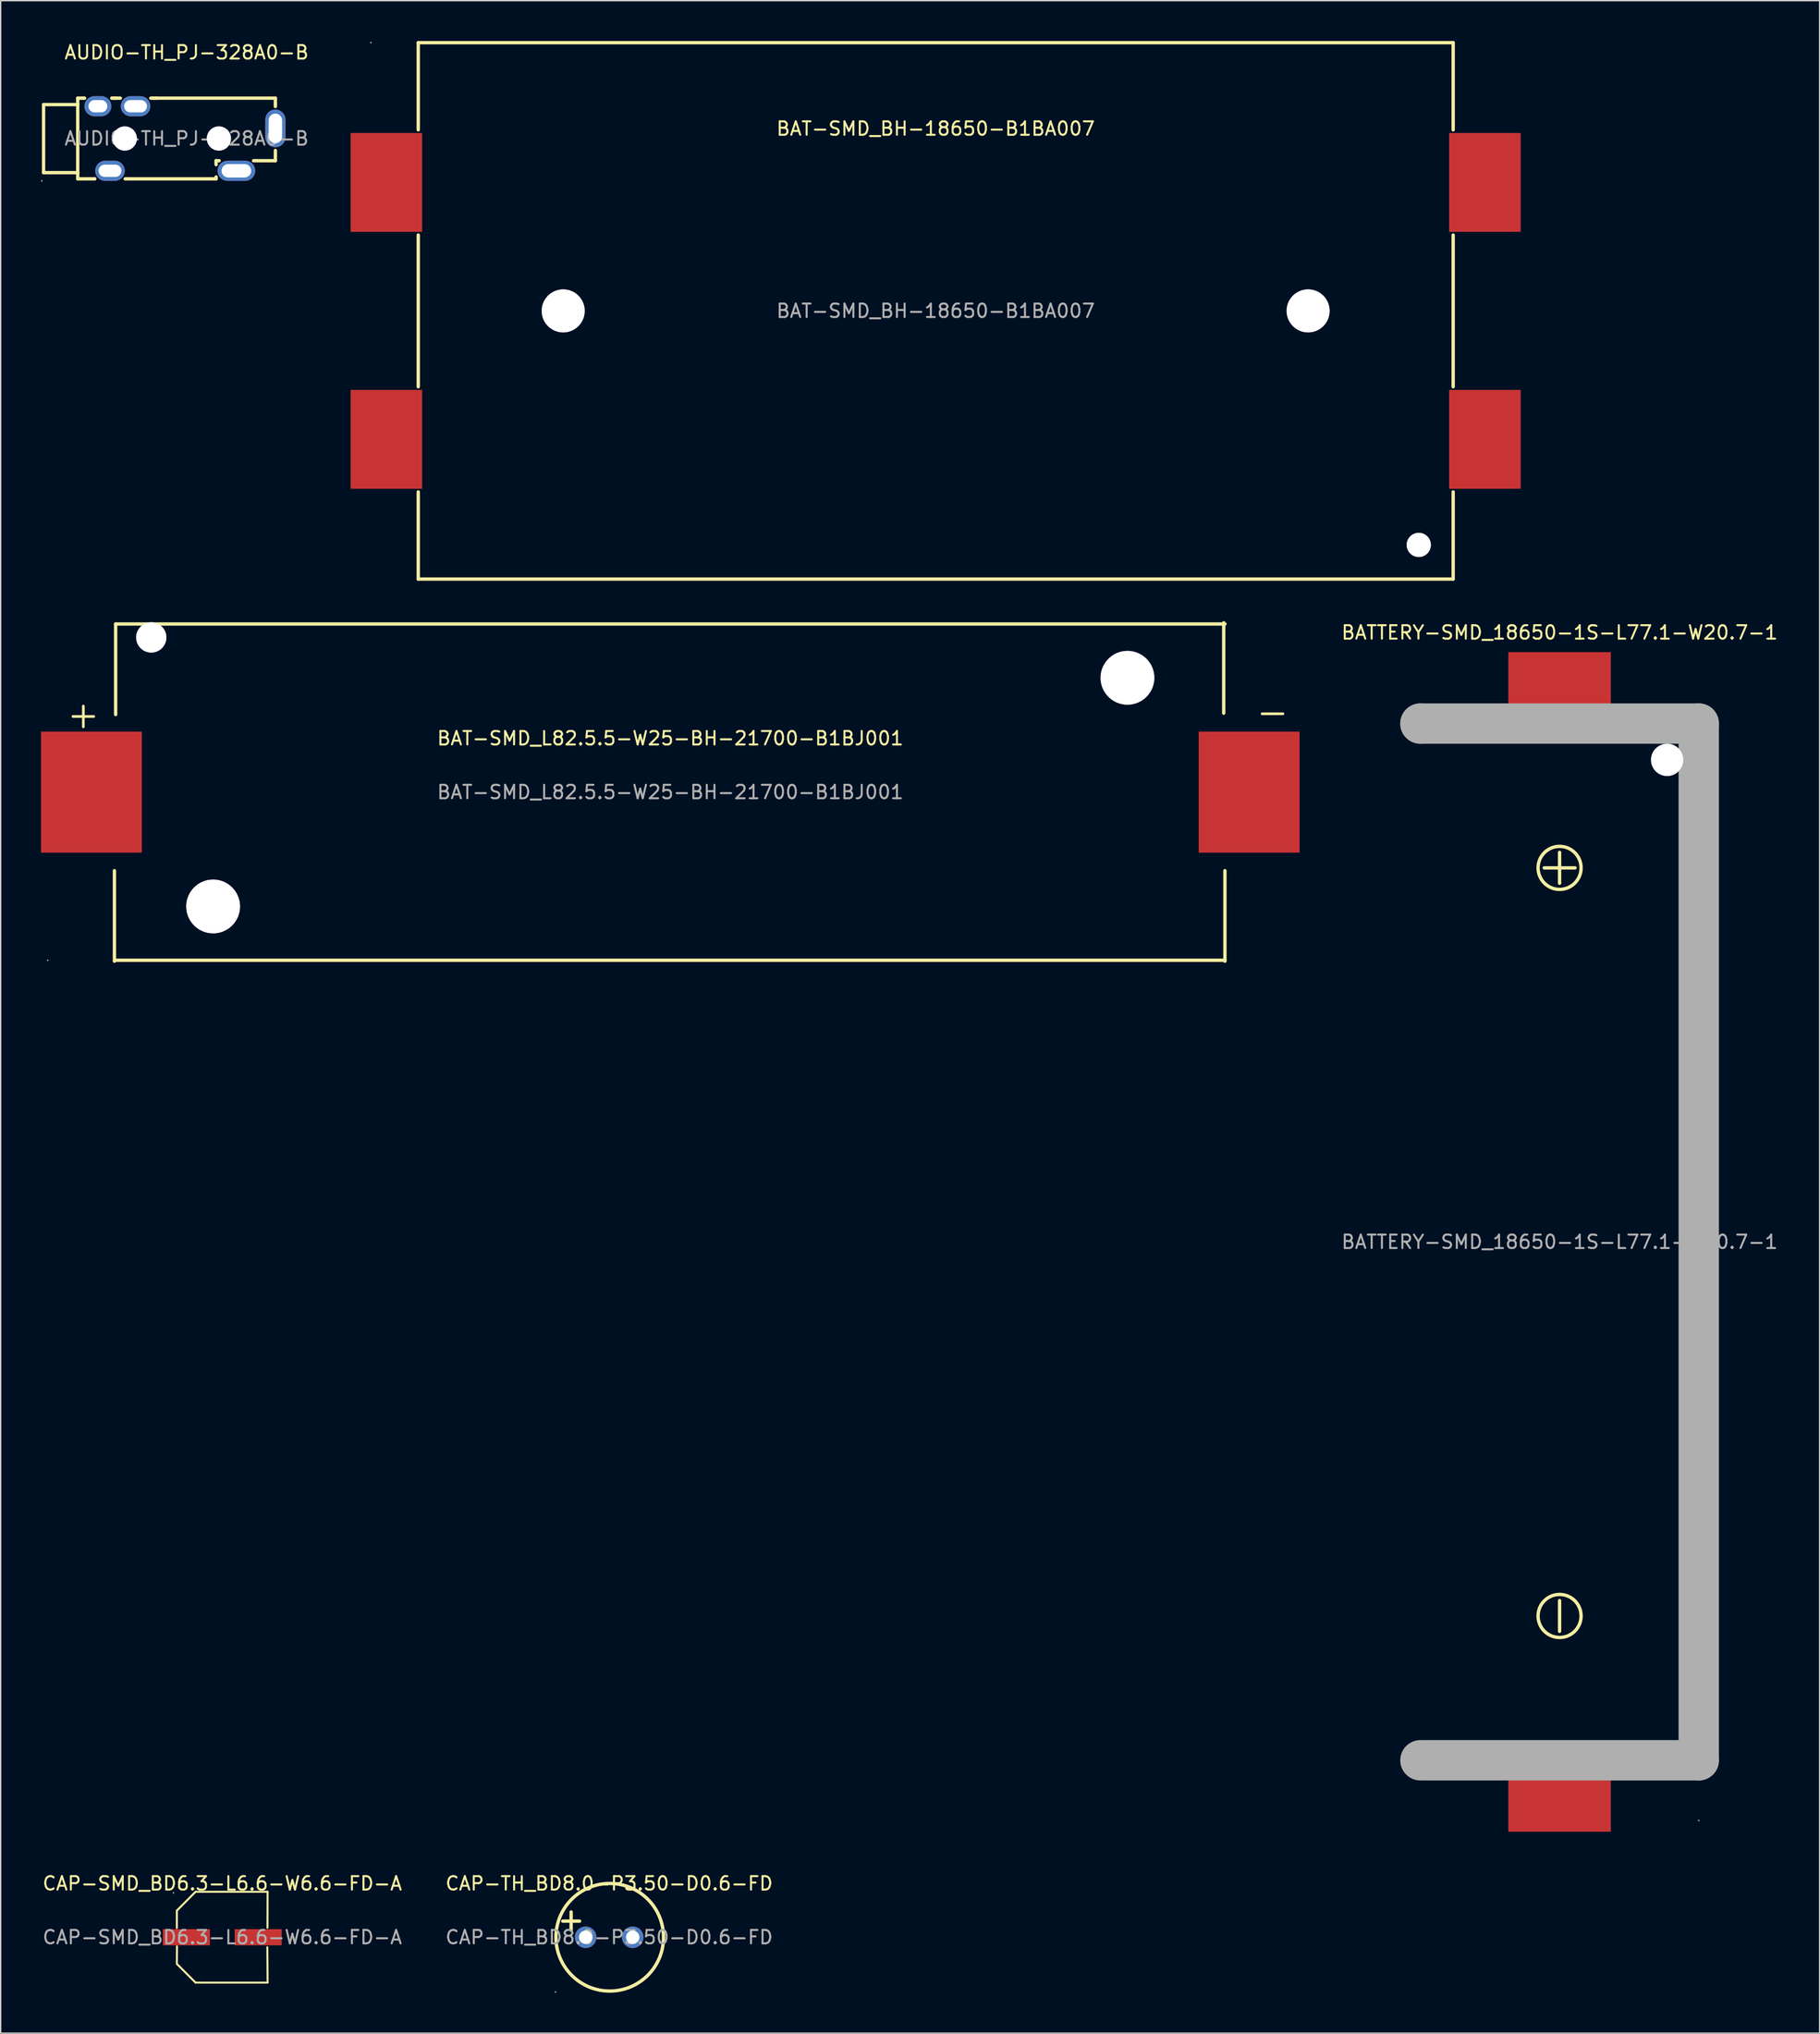
<source format=kicad_pcb>
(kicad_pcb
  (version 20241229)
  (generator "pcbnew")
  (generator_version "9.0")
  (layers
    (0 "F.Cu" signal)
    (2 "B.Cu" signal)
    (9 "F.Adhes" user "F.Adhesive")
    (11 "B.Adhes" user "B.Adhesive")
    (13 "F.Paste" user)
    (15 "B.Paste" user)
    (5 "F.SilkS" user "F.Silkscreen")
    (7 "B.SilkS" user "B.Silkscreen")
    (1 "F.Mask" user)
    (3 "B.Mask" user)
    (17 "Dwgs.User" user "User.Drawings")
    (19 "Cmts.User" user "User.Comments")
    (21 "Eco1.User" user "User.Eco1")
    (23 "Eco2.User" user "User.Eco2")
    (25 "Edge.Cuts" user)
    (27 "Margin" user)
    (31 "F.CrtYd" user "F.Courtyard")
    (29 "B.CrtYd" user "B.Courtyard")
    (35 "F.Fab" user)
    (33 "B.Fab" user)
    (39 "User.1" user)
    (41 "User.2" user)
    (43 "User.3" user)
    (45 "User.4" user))
  (footprint "BAT-SMD_L82.5.5-W25-BH-21700-B1BJ001"
    (layer "F.Cu")
    (at 46.8 55.845)
    (property "Reference" "BAT-SMD_L82.5.5-W25-BH-21700-B1BJ001" (at 0 -4 0) (layer "F.SilkS") (effects (font (size 1 1) (thickness 0.15))))
    (attr smd)
    (fp_line (start -41.34 5.84) (end -41.34 12.57) (stroke (width 0.25) (type solid)) (layer "F.SilkS"))
    (fp_line (start -41.25 -12.5) (end -41.25 -5.77) (stroke (width 0.25) (type solid)) (layer "F.SilkS"))
    (fp_line (start -41.25 -12.5) (end 41.25 -12.5) (stroke (width 0.25) (type solid)) (layer "F.SilkS"))
    (fp_line (start -41.25 12.5) (end 41.25 12.5) (stroke (width 0.25) (type solid)) (layer "F.SilkS"))
    (fp_line (start 41.16 -12.59) (end 41.16 -5.87) (stroke (width 0.25) (type solid)) (layer "F.SilkS"))
    (fp_line (start 41.25 5.84) (end 41.25 12.57) (stroke (width 0.25) (type solid)) (layer "F.SilkS"))
    (fp_circle (center -38.6 -11.5) (end -38.1 -11.5) (stroke (width 1) (type solid)) (fill no) (layer "Cmts.User"))
    (fp_circle (center -34 8.5) (end -33.2 8.5) (stroke (width 1.6) (type solid)) (fill no) (layer "Cmts.User"))
    (fp_circle (center 34 -8.5) (end 34.8 -8.5) (stroke (width 1.6) (type solid)) (fill no) (layer "Cmts.User"))
    (fp_circle (center -46.3 12.5) (end -46.27 12.5) (stroke (width 0.06) (type solid)) (fill no) (layer "F.Fab"))
    (fp_text user "+" (at -45.04 -5.78 0) (layer "F.SilkS") (effects (font (size 2.03 2.03) (thickness 0.2)) (justify left)))
    (fp_text user "-" (at 43.4 -5.98 0) (layer "F.SilkS") (effects (font (size 2.03 2.03) (thickness 0.2)) (justify left)))
    (fp_text user "${REFERENCE}" (at 0 0 0) (layer "F.Fab") (effects (font (size 1 1) (thickness 0.15))))
    (pad "" thru_hole circle (at -38.6 -11.5) (size 2.25 2.25) (drill 2.25) (layers "*.Cu" "*.Mask"))
    (pad "" thru_hole circle (at -34 8.5) (size 4 4) (drill 4) (layers "*.Cu" "*.Mask"))
    (pad "" thru_hole circle (at 34 -8.5) (size 4 4) (drill 4) (layers "*.Cu" "*.Mask"))
    (pad "1" smd rect (at -43.05 0) (size 7.5 9) (layers "F.Cu" "F.Mask" "F.Paste"))
    (pad "2" smd rect (at 43.05 0) (size 7.5 9) (layers "F.Cu" "F.Mask" "F.Paste")))
  (footprint "CAP-TH_BD8.0-P3.50-D0.6-FD"
    (layer "F.Cu")
    (at 42.256 140.987)
    (property "Reference" "CAP-TH_BD8.0-P3.50-D0.6-FD" (at 0 -4 0) (layer "F.SilkS") (effects (font (size 1 1) (thickness 0.15))))
    (attr through_hole)
    (fp_line (start -2.83 -0.53) (end -2.83 -1.88) (stroke (width 0.25) (type solid)) (layer "F.SilkS"))
    (fp_line (start -2.2 -1.2) (end -3.45 -1.2) (stroke (width 0.25) (type solid)) (layer "F.SilkS"))
    (fp_arc (start 0.07 -4) (mid 0.044907 4.000109) (end 0.000186 -3.999914) (stroke (width 0.25) (type solid)) (layer "F.SilkS"))
    (fp_circle (center -4 4.07) (end -3.97 4.07) (stroke (width 0.06) (type solid)) (fill no) (layer "F.Fab"))
    (fp_circle (center -1.75 0) (end -1.6 0) (stroke (width 0.3) (type solid)) (fill no) (layer "F.Fab"))
    (fp_circle (center 1.75 0) (end 1.9 0) (stroke (width 0.3) (type solid)) (fill no) (layer "F.Fab"))
    (fp_text user "${REFERENCE}" (at 0 0 0) (layer "F.Fab") (effects (font (size 1 1) (thickness 0.15))))
    (pad "1" thru_hole circle (at -1.75 0 90) (size 1.6 1.6) (drill 1) (layers "*.Cu" "*.Mask"))
    (pad "2" thru_hole circle (at 1.75 0 90) (size 1.6 1.6) (drill 1) (layers "*.Cu" "*.Mask")))
  (footprint "BAT-SMD_BH-18650-B1BA007"
    (layer "F.Cu")
    (at 66.536 20.065)
    (property "Reference" "BAT-SMD_BH-18650-B1BA007" (at 0 -13.55 0) (layer "F.SilkS") (effects (font (size 1 1) (thickness 0.15))))
    (attr smd)
    (fp_line (start -38.48 -19.94) (end 38.49 -19.94) (stroke (width 0.25) (type solid)) (layer "F.SilkS"))
    (fp_line (start -38.48 -13.46) (end -38.48 -19.94) (stroke (width 0.25) (type solid)) (layer "F.SilkS"))
    (fp_line (start -38.48 5.64) (end -38.48 -5.64) (stroke (width 0.25) (type solid)) (layer "F.SilkS"))
    (fp_line (start -38.48 19.94) (end -38.48 13.46) (stroke (width 0.25) (type solid)) (layer "F.SilkS"))
    (fp_line (start 38.49 -19.94) (end 38.49 -13.46) (stroke (width 0.25) (type solid)) (layer "F.SilkS"))
    (fp_line (start 38.49 -5.64) (end 38.49 5.64) (stroke (width 0.25) (type solid)) (layer "F.SilkS"))
    (fp_line (start 38.49 13.46) (end 38.49 19.94) (stroke (width 0.25) (type solid)) (layer "F.SilkS"))
    (fp_line (start 38.49 19.94) (end -38.48 19.94) (stroke (width 0.25) (type solid)) (layer "F.SilkS"))
    (fp_circle (center -27.7 0) (end -26.95 0) (stroke (width 1.5) (type solid)) (fill no) (layer "Cmts.User"))
    (fp_circle (center 27.7 0) (end 28.45 0) (stroke (width 1.5) (type solid)) (fill no) (layer "Cmts.User"))
    (fp_circle (center 35.93 17.4) (end 36.32 17.4) (stroke (width 0.78) (type solid)) (fill no) (layer "Cmts.User"))
    (fp_circle (center -42 -19.95) (end -41.97 -19.95) (stroke (width 0.06) (type solid)) (fill no) (layer "F.Fab"))
    (fp_text user "${REFERENCE}" (at 0 0 0) (layer "F.Fab") (effects (font (size 1 1) (thickness 0.15))))
    (pad "" thru_hole circle (at -27.7 0) (size 3.2 3.2) (drill 3.2) (layers "*.Cu" "*.Mask"))
    (pad "" thru_hole circle (at 27.7 0) (size 3.2 3.2) (drill 3.2) (layers "*.Cu" "*.Mask"))
    (pad "" thru_hole circle (at 35.93 17.4) (size 1.8 1.8) (drill 1.8) (layers "*.Cu" "*.Mask"))
    (pad "1" smd rect (at -40.85 -9.55) (size 5.32 7.35) (layers "F.Cu" "F.Mask" "F.Paste"))
    (pad "2" smd rect (at 40.85 -9.55) (size 5.32 7.35) (layers "F.Cu" "F.Mask" "F.Paste"))
    (pad "3" smd rect (at -40.85 9.55) (size 5.32 7.35) (layers "F.Cu" "F.Mask" "F.Paste"))
    (pad "4" smd rect (at 40.85 9.55) (size 5.32 7.35) (layers "F.Cu" "F.Mask" "F.Paste")))
  (footprint "BATTERY-SMD_18650-1S-L77.1-W20.7-1"
    (layer "F.Cu")
    (at 112.939 89.288)
    (property "Reference" "BATTERY-SMD_18650-1S-L77.1-W20.7-1" (at 0 -45.31 0) (layer "F.SilkS") (effects (font (size 1 1) (thickness 0.15))))
    (attr smd)
    (fp_line (start 0 -28.96) (end 0 -26.67) (stroke (width 0.25) (type solid)) (layer "F.SilkS"))
    (fp_line (start 0 26.67) (end 0 28.95) (stroke (width 0.25) (type solid)) (layer "F.SilkS"))
    (fp_line (start 1.15 -27.81) (end -1.14 -27.81) (stroke (width 0.25) (type solid)) (layer "F.SilkS"))
    (fp_circle (center 0 -27.81) (end 1.6 -27.81) (stroke (width 0.25) (type solid)) (fill no) (layer "F.SilkS"))
    (fp_circle (center 0 27.81) (end 1.6 27.81) (stroke (width 0.25) (type solid)) (fill no) (layer "F.SilkS"))
    (fp_circle (center 8 -35.84) (end 8.39 -35.84) (stroke (width 0.79) (type solid)) (fill no) (layer "Cmts.User"))
    (fp_line (start -10.35 -38.54) (end -10.35 -38.54) (stroke (width 3) (type solid)) (layer "F.Fab"))
    (fp_line (start -10.35 -38.54) (end 10.35 -38.54) (stroke (width 3) (type solid)) (layer "F.Fab"))
    (fp_line (start 10.35 -38.54) (end 10.35 38.54) (stroke (width 3) (type solid)) (layer "F.Fab"))
    (fp_line (start 10.35 38.54) (end -10.35 38.54) (stroke (width 3) (type solid)) (layer "F.Fab"))
    (fp_circle (center 10.35 43.02) (end 10.38 43.02) (stroke (width 0.06) (type solid)) (fill no) (layer "F.Fab"))
    (fp_text user "${REFERENCE}" (at 0 0 0) (layer "F.Fab") (effects (font (size 1 1) (thickness 0.15))))
    (pad "" thru_hole circle (at 8 -35.84) (size 2.4 2.4) (drill 2.4) (layers "*.Cu" "*.Mask"))
    (pad "1" smd rect (at 0 41.31) (size 7.62 5.08) (layers "F.Cu" "F.Mask" "F.Paste"))
    (pad "2" smd rect (at 0 -41.31) (size 7.62 5.08) (layers "F.Cu" "F.Mask" "F.Paste")))
  (footprint "AUDIO-TH_PJ-328A0-B"
    (layer "F.Cu")
    (at 10.83 7.248)
    (property "Reference" "AUDIO-TH_PJ-328A0-B" (at 0 -6.4 0) (layer "F.SilkS") (effects (font (size 1 1) (thickness 0.15))))
    (attr through_hole)
    (fp_line (start -10.64 -2.52) (end -10.64 2.54) (stroke (width 0.25) (type solid)) (layer "F.SilkS"))
    (fp_line (start -10.64 2.54) (end -8.1 2.54) (stroke (width 0.25) (type solid)) (layer "F.SilkS"))
    (fp_line (start -8.1 -3) (end -7.59 -3) (stroke (width 0.25) (type solid)) (layer "F.SilkS"))
    (fp_line (start -8.1 -2.52) (end -10.64 -2.52) (stroke (width 0.25) (type solid)) (layer "F.SilkS"))
    (fp_line (start -8.1 3) (end -8.1 -3) (stroke (width 0.25) (type solid)) (layer "F.SilkS"))
    (fp_line (start -8.1 3) (end -6.87 3) (stroke (width 0.25) (type solid)) (layer "F.SilkS"))
    (fp_line (start -7.78 -3) (end -7.63 -3) (stroke (width 0.25) (type solid)) (layer "F.SilkS"))
    (fp_line (start -6.87 3) (end -6.83 3) (stroke (width 0.25) (type solid)) (layer "F.SilkS"))
    (fp_line (start -5.57 -3) (end -4.93 -3) (stroke (width 0.25) (type solid)) (layer "F.SilkS"))
    (fp_line (start -5.53 -3) (end -5.18 -3) (stroke (width 0.25) (type solid)) (layer "F.SilkS"))
    (fp_line (start -4.57 3) (end -4.42 3) (stroke (width 0.25) (type solid)) (layer "F.SilkS"))
    (fp_line (start -4.42 3) (end 2.19 3) (stroke (width 0.25) (type solid)) (layer "F.SilkS"))
    (fp_line (start -2.67 -3) (end -2.22 -3) (stroke (width 0.25) (type solid)) (layer "F.SilkS"))
    (fp_line (start -2.53 -3) (end 6.6 -3) (stroke (width 0.25) (type solid)) (layer "F.SilkS"))
    (fp_line (start 2.19 1.65) (end 2.42 1.65) (stroke (width 0.25) (type solid)) (layer "F.SilkS"))
    (fp_line (start 2.19 1.94) (end 2.19 1.65) (stroke (width 0.25) (type solid)) (layer "F.SilkS"))
    (fp_line (start 2.19 3) (end 2.19 2.86) (stroke (width 0.25) (type solid)) (layer "F.SilkS"))
    (fp_line (start 6.6 -3) (end 6.6 -2.38) (stroke (width 0.25) (type solid)) (layer "F.SilkS"))
    (fp_line (start 6.6 1.65) (end 4.98 1.65) (stroke (width 0.25) (type solid)) (layer "F.SilkS"))
    (fp_line (start 6.6 1.65) (end 6.6 0.89) (stroke (width 0.25) (type solid)) (layer "F.SilkS"))
    (fp_circle (center -10.77 3.15) (end -10.74 3.15) (stroke (width 0.06) (type solid)) (fill no) (layer "F.Fab"))
    (fp_circle (center -4.6 0) (end -4.2 0) (stroke (width 0.8) (type solid)) (fill no) (layer "F.Fab"))
    (fp_circle (center 2.4 0) (end 2.8 0) (stroke (width 0.8) (type solid)) (fill no) (layer "F.Fab"))
    (fp_text user "${REFERENCE}" (at 0 0 0) (layer "F.Fab") (effects (font (size 1 1) (thickness 0.15))))
    (pad "" thru_hole circle (at -4.6 0) (size 1.8 1.8) (drill 1.8) (layers "*.Cu" "*.Mask"))
    (pad "" thru_hole circle (at 2.4 0) (size 1.8 1.8) (drill 1.8) (layers "*.Cu" "*.Mask"))
    (pad "1" thru_hole oval (at -5.7 2.4) (size 2.2 1.5) (drill oval 1.7 0.914) (layers "*.Cu" "*.Mask"))
    (pad "2" thru_hole oval (at 3.7 2.4) (size 2.8 1.5) (drill oval 2.2 1) (layers "*.Cu" "*.Mask"))
    (pad "3" thru_hole oval (at -3.8 -2.4) (size 2.2 1.5) (drill oval 1.7 0.914) (layers "*.Cu" "*.Mask"))
    (pad "10" thru_hole oval (at 6.6 -0.75 90) (size 2.8 1.5) (drill oval 2.2 1) (layers "*.Cu" "*.Mask"))
    (pad "11" thru_hole oval (at -6.6 -2.4) (size 2 1.5) (drill oval 1.4 0.914) (layers "*.Cu" "*.Mask")))
  (footprint "CAP-SMD_BD6.3-L6.6-W6.6-FD-A"
    (layer "F.Cu")
    (at 13.482 140.987)
    (property "Reference" "CAP-SMD_BD6.3-L6.6-W6.6-FD-A" (at 0 -4 0) (layer "F.SilkS") (effects (font (size 1 1) (thickness 0.15))))
    (attr smd)
    (fp_line (start -3.38 -1.98) (end -3.38 -0.69) (stroke (width 0.15) (type solid)) (layer "F.SilkS"))
    (fp_line (start -3.38 1.98) (end -3.37 0.68) (stroke (width 0.15) (type solid)) (layer "F.SilkS"))
    (fp_line (start -1.99 -3.38) (end -3.38 -1.98) (stroke (width 0.15) (type solid)) (layer "F.SilkS"))
    (fp_line (start -1.99 3.37) (end -3.38 1.98) (stroke (width 0.15) (type solid)) (layer "F.SilkS"))
    (fp_line (start 3.35 0.74) (end 3.37 3.37) (stroke (width 0.15) (type solid)) (layer "F.SilkS"))
    (fp_line (start 3.36 -0.71) (end 3.37 -3.38) (stroke (width 0.15) (type solid)) (layer "F.SilkS"))
    (fp_line (start 3.37 -3.38) (end -1.99 -3.38) (stroke (width 0.15) (type solid)) (layer "F.SilkS"))
    (fp_line (start 3.37 3.37) (end -1.99 3.37) (stroke (width 0.15) (type solid)) (layer "F.SilkS"))
    (fp_circle (center -3.63 -3.3) (end -3.6 -3.3) (stroke (width 0.06) (type solid)) (fill no) (layer "F.Fab"))
    (fp_text user "${REFERENCE}" (at 0 0 0) (layer "F.Fab") (effects (font (size 1 1) (thickness 0.15))))
    (pad "1" smd rect (at -2.67 0) (size 3.5 1.2) (layers "F.Cu" "F.Mask" "F.Paste"))
    (pad "2" smd rect (at 2.67 0) (size 3.5 1.2) (layers "F.Cu" "F.Mask" "F.Paste")))
  (gr_rect
    (start -3 -3)
    (end 132.279 148.117)
    (stroke (width 0.1) (type default))
    (fill no)
    (layer "Edge.Cuts")))
</source>
